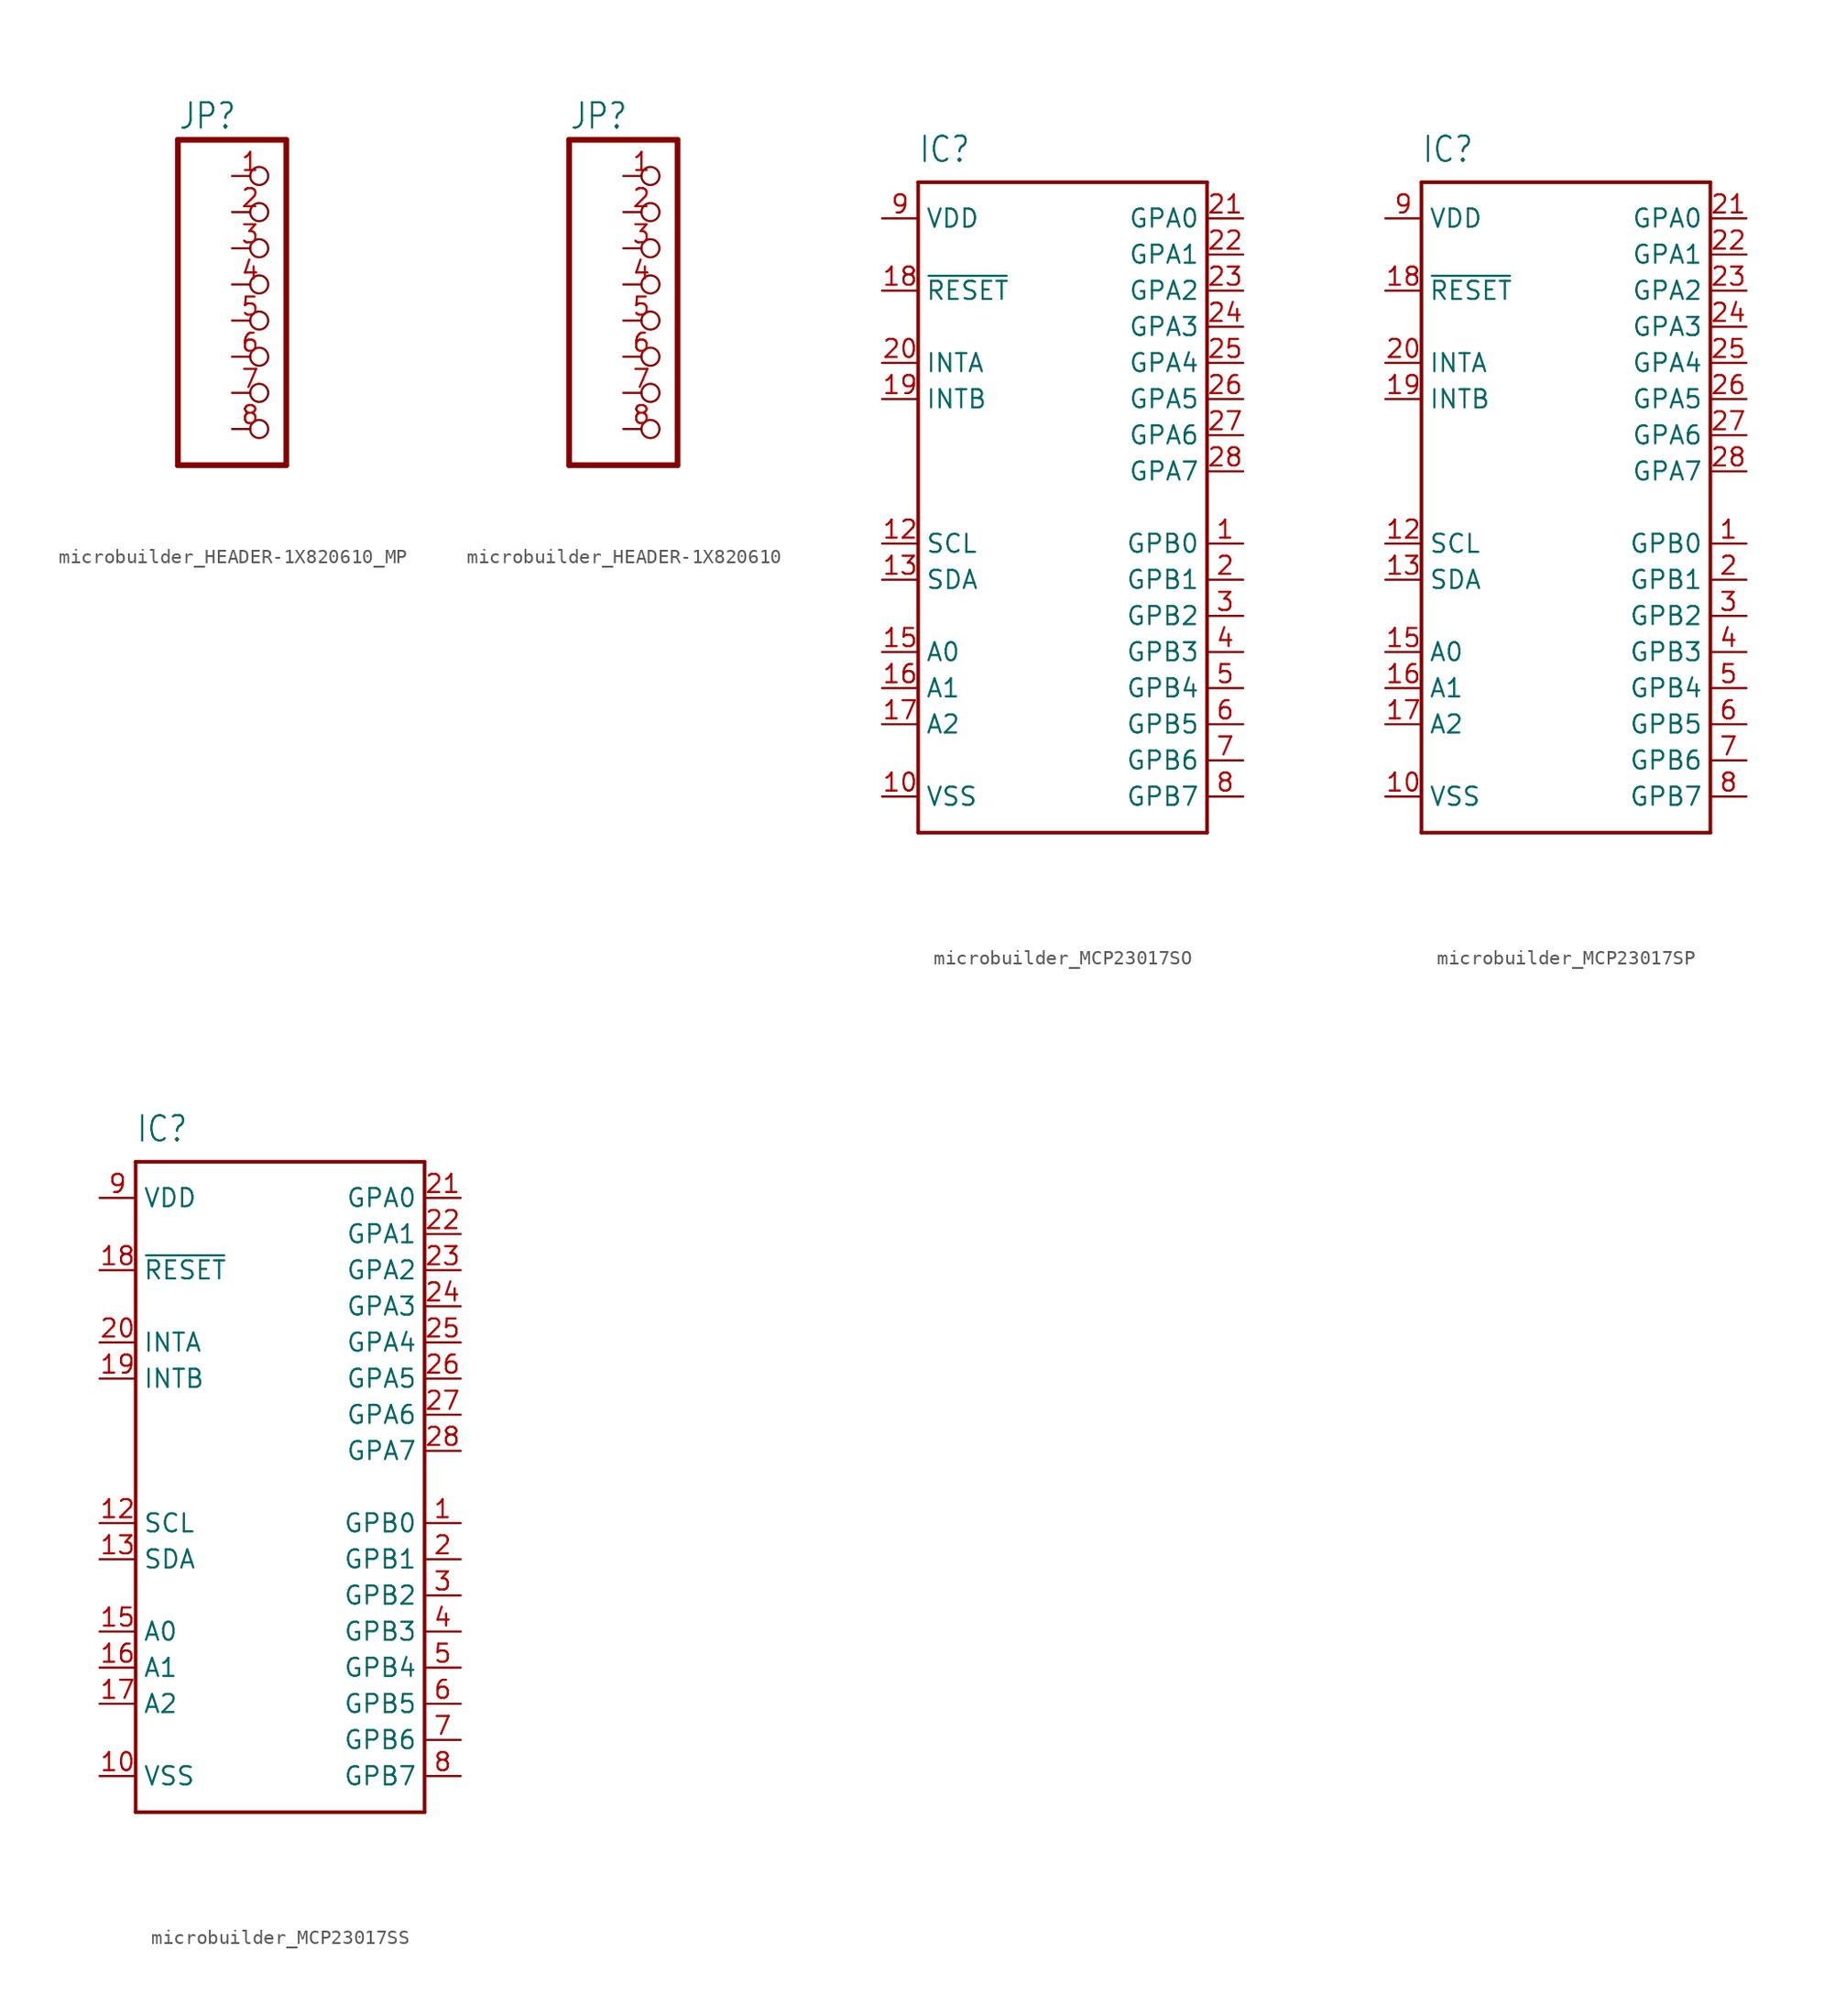
<source format=kicad_sym>
(kicad_symbol_lib
  (version 20220914)
  (generator kicad_symbol_editor)
  (symbol "microbuilder_HEADER-1X820610_MP"
    (property "Reference" "JP"
      (at -6.35 13.335 0)
      (effects (font (size 1.778 1.511)) (justify left bottom)))
    (property "Value" ""
      (at -6.35 -12.7 0)
      (effects (font (size 1.778 1.511)) (justify left bottom)))
    (property "ki_locked" ""
      (at 0 0 0)
      (effects (font (size 1.27 1.27))))
    (symbol "microbuilder_HEADER-1X820610_MP_1_0"
      (polyline (pts (xy -6.35 -10.16) (xy 1.27 -10.16)) (stroke (width 0.406) (type solid)) (fill (type none)))
      (polyline (pts (xy -6.35 12.7) (xy -6.35 -10.16)) (stroke (width 0.406) (type solid)) (fill (type none)))
      (polyline (pts (xy 1.27 -10.16) (xy 1.27 12.7)) (stroke (width 0.406) (type solid)) (fill (type none)))
      (polyline (pts (xy 1.27 12.7) (xy -6.35 12.7)) (stroke (width 0.406) (type solid)) (fill (type none)))
      (pin passive inverted (at -2.54 10.16 0) (length 2.54) (name "1" (effects (font (size 0 0)))) (number "1" (effects (font (size 1.27 1.27)))))
      (pin passive inverted (at -2.54 7.62 0) (length 2.54) (name "2" (effects (font (size 0 0)))) (number "2" (effects (font (size 1.27 1.27)))))
      (pin passive inverted (at -2.54 5.08 0) (length 2.54) (name "3" (effects (font (size 0 0)))) (number "3" (effects (font (size 1.27 1.27)))))
      (pin passive inverted (at -2.54 2.54 0) (length 2.54) (name "4" (effects (font (size 0 0)))) (number "4" (effects (font (size 1.27 1.27)))))
      (pin passive inverted (at -2.54 0 0) (length 2.54) (name "5" (effects (font (size 0 0)))) (number "5" (effects (font (size 1.27 1.27)))))
      (pin passive inverted (at -2.54 -2.54 0) (length 2.54) (name "6" (effects (font (size 0 0)))) (number "6" (effects (font (size 1.27 1.27)))))
      (pin passive inverted (at -2.54 -5.08 0) (length 2.54) (name "7" (effects (font (size 0 0)))) (number "7" (effects (font (size 1.27 1.27)))))
      (pin passive inverted (at -2.54 -7.62 0) (length 2.54) (name "8" (effects (font (size 0 0)))) (number "8" (effects (font (size 1.27 1.27)))))))
  (symbol "microbuilder_HEADER-1X820610"
    (property "Reference" "JP"
      (at -6.35 13.335 0)
      (effects (font (size 1.778 1.511)) (justify left bottom)))
    (property "Value" ""
      (at -6.35 -12.7 0)
      (effects (font (size 1.778 1.511)) (justify left bottom)))
    (property "ki_locked" ""
      (at 0 0 0)
      (effects (font (size 1.27 1.27))))
    (symbol "microbuilder_HEADER-1X820610_1_0"
      (polyline (pts (xy -6.35 -10.16) (xy 1.27 -10.16)) (stroke (width 0.406) (type solid)) (fill (type none)))
      (polyline (pts (xy -6.35 12.7) (xy -6.35 -10.16)) (stroke (width 0.406) (type solid)) (fill (type none)))
      (polyline (pts (xy 1.27 -10.16) (xy 1.27 12.7)) (stroke (width 0.406) (type solid)) (fill (type none)))
      (polyline (pts (xy 1.27 12.7) (xy -6.35 12.7)) (stroke (width 0.406) (type solid)) (fill (type none)))
      (pin passive inverted (at -2.54 10.16 0) (length 2.54) (name "1" (effects (font (size 0 0)))) (number "1" (effects (font (size 1.27 1.27)))))
      (pin passive inverted (at -2.54 7.62 0) (length 2.54) (name "2" (effects (font (size 0 0)))) (number "2" (effects (font (size 1.27 1.27)))))
      (pin passive inverted (at -2.54 5.08 0) (length 2.54) (name "3" (effects (font (size 0 0)))) (number "3" (effects (font (size 1.27 1.27)))))
      (pin passive inverted (at -2.54 2.54 0) (length 2.54) (name "4" (effects (font (size 0 0)))) (number "4" (effects (font (size 1.27 1.27)))))
      (pin passive inverted (at -2.54 0 0) (length 2.54) (name "5" (effects (font (size 0 0)))) (number "5" (effects (font (size 1.27 1.27)))))
      (pin passive inverted (at -2.54 -2.54 0) (length 2.54) (name "6" (effects (font (size 0 0)))) (number "6" (effects (font (size 1.27 1.27)))))
      (pin passive inverted (at -2.54 -5.08 0) (length 2.54) (name "7" (effects (font (size 0 0)))) (number "7" (effects (font (size 1.27 1.27)))))
      (pin passive inverted (at -2.54 -7.62 0) (length 2.54) (name "8" (effects (font (size 0 0)))) (number "8" (effects (font (size 1.27 1.27)))))))
  (symbol "microbuilder_MCP23017SO"
    (property "Reference" "IC"
      (at -10.16 24.13 0)
      (effects (font (size 1.778 1.511)) (justify left bottom)))
    (property "Value" ""
      (at -10.16 -25.4 0)
      (effects (font (size 1.778 1.511)) (justify left bottom)))
    (property "ki_locked" ""
      (at 0 0 0)
      (effects (font (size 1.27 1.27))))
    (symbol "microbuilder_MCP23017SO_1_0"
      (polyline (pts (xy -10.16 -22.86) (xy -10.16 22.86)) (stroke (width 0.254) (type solid)) (fill (type none)))
      (polyline (pts (xy -10.16 22.86) (xy 10.16 22.86)) (stroke (width 0.254) (type solid)) (fill (type none)))
      (polyline (pts (xy 10.16 -22.86) (xy -10.16 -22.86)) (stroke (width 0.254) (type solid)) (fill (type none)))
      (polyline (pts (xy 10.16 22.86) (xy 10.16 -22.86)) (stroke (width 0.254) (type solid)) (fill (type none)))
      (pin bidirectional line (at 12.7 -2.54 180) (length 2.54) (name "GPB0" (effects (font (size 1.27 1.27)))) (number "1" (effects (font (size 1.27 1.27)))))
      (pin power_in line (at -12.7 -20.32 0) (length 2.54) (name "VSS" (effects (font (size 1.27 1.27)))) (number "10" (effects (font (size 1.27 1.27)))))
      (pin input line (at -12.7 -2.54 0) (length 2.54) (name "SCL" (effects (font (size 1.27 1.27)))) (number "12" (effects (font (size 1.27 1.27)))))
      (pin bidirectional line (at -12.7 -5.08 0) (length 2.54) (name "SDA" (effects (font (size 1.27 1.27)))) (number "13" (effects (font (size 1.27 1.27)))))
      (pin input line (at -12.7 -10.16 0) (length 2.54) (name "A0" (effects (font (size 1.27 1.27)))) (number "15" (effects (font (size 1.27 1.27)))))
      (pin input line (at -12.7 -12.7 0) (length 2.54) (name "A1" (effects (font (size 1.27 1.27)))) (number "16" (effects (font (size 1.27 1.27)))))
      (pin input line (at -12.7 -15.24 0) (length 2.54) (name "A2" (effects (font (size 1.27 1.27)))) (number "17" (effects (font (size 1.27 1.27)))))
      (pin input line (at -12.7 15.24 0) (length 2.54) (name "~{RESET}" (effects (font (size 1.27 1.27)))) (number "18" (effects (font (size 1.27 1.27)))))
      (pin output line (at -12.7 7.62 0) (length 2.54) (name "INTB" (effects (font (size 1.27 1.27)))) (number "19" (effects (font (size 1.27 1.27)))))
      (pin bidirectional line (at 12.7 -5.08 180) (length 2.54) (name "GPB1" (effects (font (size 1.27 1.27)))) (number "2" (effects (font (size 1.27 1.27)))))
      (pin output line (at -12.7 10.16 0) (length 2.54) (name "INTA" (effects (font (size 1.27 1.27)))) (number "20" (effects (font (size 1.27 1.27)))))
      (pin bidirectional line (at 12.7 20.32 180) (length 2.54) (name "GPA0" (effects (font (size 1.27 1.27)))) (number "21" (effects (font (size 1.27 1.27)))))
      (pin bidirectional line (at 12.7 17.78 180) (length 2.54) (name "GPA1" (effects (font (size 1.27 1.27)))) (number "22" (effects (font (size 1.27 1.27)))))
      (pin bidirectional line (at 12.7 15.24 180) (length 2.54) (name "GPA2" (effects (font (size 1.27 1.27)))) (number "23" (effects (font (size 1.27 1.27)))))
      (pin bidirectional line (at 12.7 12.7 180) (length 2.54) (name "GPA3" (effects (font (size 1.27 1.27)))) (number "24" (effects (font (size 1.27 1.27)))))
      (pin bidirectional line (at 12.7 10.16 180) (length 2.54) (name "GPA4" (effects (font (size 1.27 1.27)))) (number "25" (effects (font (size 1.27 1.27)))))
      (pin bidirectional line (at 12.7 7.62 180) (length 2.54) (name "GPA5" (effects (font (size 1.27 1.27)))) (number "26" (effects (font (size 1.27 1.27)))))
      (pin bidirectional line (at 12.7 5.08 180) (length 2.54) (name "GPA6" (effects (font (size 1.27 1.27)))) (number "27" (effects (font (size 1.27 1.27)))))
      (pin bidirectional line (at 12.7 2.54 180) (length 2.54) (name "GPA7" (effects (font (size 1.27 1.27)))) (number "28" (effects (font (size 1.27 1.27)))))
      (pin bidirectional line (at 12.7 -7.62 180) (length 2.54) (name "GPB2" (effects (font (size 1.27 1.27)))) (number "3" (effects (font (size 1.27 1.27)))))
      (pin bidirectional line (at 12.7 -10.16 180) (length 2.54) (name "GPB3" (effects (font (size 1.27 1.27)))) (number "4" (effects (font (size 1.27 1.27)))))
      (pin bidirectional line (at 12.7 -12.7 180) (length 2.54) (name "GPB4" (effects (font (size 1.27 1.27)))) (number "5" (effects (font (size 1.27 1.27)))))
      (pin bidirectional line (at 12.7 -15.24 180) (length 2.54) (name "GPB5" (effects (font (size 1.27 1.27)))) (number "6" (effects (font (size 1.27 1.27)))))
      (pin bidirectional line (at 12.7 -17.78 180) (length 2.54) (name "GPB6" (effects (font (size 1.27 1.27)))) (number "7" (effects (font (size 1.27 1.27)))))
      (pin bidirectional line (at 12.7 -20.32 180) (length 2.54) (name "GPB7" (effects (font (size 1.27 1.27)))) (number "8" (effects (font (size 1.27 1.27)))))
      (pin power_in line (at -12.7 20.32 0) (length 2.54) (name "VDD" (effects (font (size 1.27 1.27)))) (number "9" (effects (font (size 1.27 1.27)))))))
  (symbol "microbuilder_MCP23017SP"
    (property "Reference" "IC"
      (at -10.16 24.13 0)
      (effects (font (size 1.778 1.511)) (justify left bottom)))
    (property "Value" ""
      (at -10.16 -25.4 0)
      (effects (font (size 1.778 1.511)) (justify left bottom)))
    (property "ki_locked" ""
      (at 0 0 0)
      (effects (font (size 1.27 1.27))))
    (symbol "microbuilder_MCP23017SP_1_0"
      (polyline (pts (xy -10.16 -22.86) (xy -10.16 22.86)) (stroke (width 0.254) (type solid)) (fill (type none)))
      (polyline (pts (xy -10.16 22.86) (xy 10.16 22.86)) (stroke (width 0.254) (type solid)) (fill (type none)))
      (polyline (pts (xy 10.16 -22.86) (xy -10.16 -22.86)) (stroke (width 0.254) (type solid)) (fill (type none)))
      (polyline (pts (xy 10.16 22.86) (xy 10.16 -22.86)) (stroke (width 0.254) (type solid)) (fill (type none)))
      (pin bidirectional line (at 12.7 -2.54 180) (length 2.54) (name "GPB0" (effects (font (size 1.27 1.27)))) (number "1" (effects (font (size 1.27 1.27)))))
      (pin power_in line (at -12.7 -20.32 0) (length 2.54) (name "VSS" (effects (font (size 1.27 1.27)))) (number "10" (effects (font (size 1.27 1.27)))))
      (pin input line (at -12.7 -2.54 0) (length 2.54) (name "SCL" (effects (font (size 1.27 1.27)))) (number "12" (effects (font (size 1.27 1.27)))))
      (pin bidirectional line (at -12.7 -5.08 0) (length 2.54) (name "SDA" (effects (font (size 1.27 1.27)))) (number "13" (effects (font (size 1.27 1.27)))))
      (pin input line (at -12.7 -10.16 0) (length 2.54) (name "A0" (effects (font (size 1.27 1.27)))) (number "15" (effects (font (size 1.27 1.27)))))
      (pin input line (at -12.7 -12.7 0) (length 2.54) (name "A1" (effects (font (size 1.27 1.27)))) (number "16" (effects (font (size 1.27 1.27)))))
      (pin input line (at -12.7 -15.24 0) (length 2.54) (name "A2" (effects (font (size 1.27 1.27)))) (number "17" (effects (font (size 1.27 1.27)))))
      (pin input line (at -12.7 15.24 0) (length 2.54) (name "~{RESET}" (effects (font (size 1.27 1.27)))) (number "18" (effects (font (size 1.27 1.27)))))
      (pin output line (at -12.7 7.62 0) (length 2.54) (name "INTB" (effects (font (size 1.27 1.27)))) (number "19" (effects (font (size 1.27 1.27)))))
      (pin bidirectional line (at 12.7 -5.08 180) (length 2.54) (name "GPB1" (effects (font (size 1.27 1.27)))) (number "2" (effects (font (size 1.27 1.27)))))
      (pin output line (at -12.7 10.16 0) (length 2.54) (name "INTA" (effects (font (size 1.27 1.27)))) (number "20" (effects (font (size 1.27 1.27)))))
      (pin bidirectional line (at 12.7 20.32 180) (length 2.54) (name "GPA0" (effects (font (size 1.27 1.27)))) (number "21" (effects (font (size 1.27 1.27)))))
      (pin bidirectional line (at 12.7 17.78 180) (length 2.54) (name "GPA1" (effects (font (size 1.27 1.27)))) (number "22" (effects (font (size 1.27 1.27)))))
      (pin bidirectional line (at 12.7 15.24 180) (length 2.54) (name "GPA2" (effects (font (size 1.27 1.27)))) (number "23" (effects (font (size 1.27 1.27)))))
      (pin bidirectional line (at 12.7 12.7 180) (length 2.54) (name "GPA3" (effects (font (size 1.27 1.27)))) (number "24" (effects (font (size 1.27 1.27)))))
      (pin bidirectional line (at 12.7 10.16 180) (length 2.54) (name "GPA4" (effects (font (size 1.27 1.27)))) (number "25" (effects (font (size 1.27 1.27)))))
      (pin bidirectional line (at 12.7 7.62 180) (length 2.54) (name "GPA5" (effects (font (size 1.27 1.27)))) (number "26" (effects (font (size 1.27 1.27)))))
      (pin bidirectional line (at 12.7 5.08 180) (length 2.54) (name "GPA6" (effects (font (size 1.27 1.27)))) (number "27" (effects (font (size 1.27 1.27)))))
      (pin bidirectional line (at 12.7 2.54 180) (length 2.54) (name "GPA7" (effects (font (size 1.27 1.27)))) (number "28" (effects (font (size 1.27 1.27)))))
      (pin bidirectional line (at 12.7 -7.62 180) (length 2.54) (name "GPB2" (effects (font (size 1.27 1.27)))) (number "3" (effects (font (size 1.27 1.27)))))
      (pin bidirectional line (at 12.7 -10.16 180) (length 2.54) (name "GPB3" (effects (font (size 1.27 1.27)))) (number "4" (effects (font (size 1.27 1.27)))))
      (pin bidirectional line (at 12.7 -12.7 180) (length 2.54) (name "GPB4" (effects (font (size 1.27 1.27)))) (number "5" (effects (font (size 1.27 1.27)))))
      (pin bidirectional line (at 12.7 -15.24 180) (length 2.54) (name "GPB5" (effects (font (size 1.27 1.27)))) (number "6" (effects (font (size 1.27 1.27)))))
      (pin bidirectional line (at 12.7 -17.78 180) (length 2.54) (name "GPB6" (effects (font (size 1.27 1.27)))) (number "7" (effects (font (size 1.27 1.27)))))
      (pin bidirectional line (at 12.7 -20.32 180) (length 2.54) (name "GPB7" (effects (font (size 1.27 1.27)))) (number "8" (effects (font (size 1.27 1.27)))))
      (pin power_in line (at -12.7 20.32 0) (length 2.54) (name "VDD" (effects (font (size 1.27 1.27)))) (number "9" (effects (font (size 1.27 1.27)))))))
  (symbol "microbuilder_MCP23017SS"
    (property "Reference" "IC"
      (at -10.16 24.13 0)
      (effects (font (size 1.778 1.511)) (justify left bottom)))
    (property "Value" ""
      (at -10.16 -25.4 0)
      (effects (font (size 1.778 1.511)) (justify left bottom)))
    (property "ki_locked" ""
      (at 0 0 0)
      (effects (font (size 1.27 1.27))))
    (symbol "microbuilder_MCP23017SS_1_0"
      (polyline (pts (xy -10.16 -22.86) (xy -10.16 22.86)) (stroke (width 0.254) (type solid)) (fill (type none)))
      (polyline (pts (xy -10.16 22.86) (xy 10.16 22.86)) (stroke (width 0.254) (type solid)) (fill (type none)))
      (polyline (pts (xy 10.16 -22.86) (xy -10.16 -22.86)) (stroke (width 0.254) (type solid)) (fill (type none)))
      (polyline (pts (xy 10.16 22.86) (xy 10.16 -22.86)) (stroke (width 0.254) (type solid)) (fill (type none)))
      (pin bidirectional line (at 12.7 -2.54 180) (length 2.54) (name "GPB0" (effects (font (size 1.27 1.27)))) (number "1" (effects (font (size 1.27 1.27)))))
      (pin power_in line (at -12.7 -20.32 0) (length 2.54) (name "VSS" (effects (font (size 1.27 1.27)))) (number "10" (effects (font (size 1.27 1.27)))))
      (pin input line (at -12.7 -2.54 0) (length 2.54) (name "SCL" (effects (font (size 1.27 1.27)))) (number "12" (effects (font (size 1.27 1.27)))))
      (pin bidirectional line (at -12.7 -5.08 0) (length 2.54) (name "SDA" (effects (font (size 1.27 1.27)))) (number "13" (effects (font (size 1.27 1.27)))))
      (pin input line (at -12.7 -10.16 0) (length 2.54) (name "A0" (effects (font (size 1.27 1.27)))) (number "15" (effects (font (size 1.27 1.27)))))
      (pin input line (at -12.7 -12.7 0) (length 2.54) (name "A1" (effects (font (size 1.27 1.27)))) (number "16" (effects (font (size 1.27 1.27)))))
      (pin input line (at -12.7 -15.24 0) (length 2.54) (name "A2" (effects (font (size 1.27 1.27)))) (number "17" (effects (font (size 1.27 1.27)))))
      (pin input line (at -12.7 15.24 0) (length 2.54) (name "~{RESET}" (effects (font (size 1.27 1.27)))) (number "18" (effects (font (size 1.27 1.27)))))
      (pin output line (at -12.7 7.62 0) (length 2.54) (name "INTB" (effects (font (size 1.27 1.27)))) (number "19" (effects (font (size 1.27 1.27)))))
      (pin bidirectional line (at 12.7 -5.08 180) (length 2.54) (name "GPB1" (effects (font (size 1.27 1.27)))) (number "2" (effects (font (size 1.27 1.27)))))
      (pin output line (at -12.7 10.16 0) (length 2.54) (name "INTA" (effects (font (size 1.27 1.27)))) (number "20" (effects (font (size 1.27 1.27)))))
      (pin bidirectional line (at 12.7 20.32 180) (length 2.54) (name "GPA0" (effects (font (size 1.27 1.27)))) (number "21" (effects (font (size 1.27 1.27)))))
      (pin bidirectional line (at 12.7 17.78 180) (length 2.54) (name "GPA1" (effects (font (size 1.27 1.27)))) (number "22" (effects (font (size 1.27 1.27)))))
      (pin bidirectional line (at 12.7 15.24 180) (length 2.54) (name "GPA2" (effects (font (size 1.27 1.27)))) (number "23" (effects (font (size 1.27 1.27)))))
      (pin bidirectional line (at 12.7 12.7 180) (length 2.54) (name "GPA3" (effects (font (size 1.27 1.27)))) (number "24" (effects (font (size 1.27 1.27)))))
      (pin bidirectional line (at 12.7 10.16 180) (length 2.54) (name "GPA4" (effects (font (size 1.27 1.27)))) (number "25" (effects (font (size 1.27 1.27)))))
      (pin bidirectional line (at 12.7 7.62 180) (length 2.54) (name "GPA5" (effects (font (size 1.27 1.27)))) (number "26" (effects (font (size 1.27 1.27)))))
      (pin bidirectional line (at 12.7 5.08 180) (length 2.54) (name "GPA6" (effects (font (size 1.27 1.27)))) (number "27" (effects (font (size 1.27 1.27)))))
      (pin bidirectional line (at 12.7 2.54 180) (length 2.54) (name "GPA7" (effects (font (size 1.27 1.27)))) (number "28" (effects (font (size 1.27 1.27)))))
      (pin bidirectional line (at 12.7 -7.62 180) (length 2.54) (name "GPB2" (effects (font (size 1.27 1.27)))) (number "3" (effects (font (size 1.27 1.27)))))
      (pin bidirectional line (at 12.7 -10.16 180) (length 2.54) (name "GPB3" (effects (font (size 1.27 1.27)))) (number "4" (effects (font (size 1.27 1.27)))))
      (pin bidirectional line (at 12.7 -12.7 180) (length 2.54) (name "GPB4" (effects (font (size 1.27 1.27)))) (number "5" (effects (font (size 1.27 1.27)))))
      (pin bidirectional line (at 12.7 -15.24 180) (length 2.54) (name "GPB5" (effects (font (size 1.27 1.27)))) (number "6" (effects (font (size 1.27 1.27)))))
      (pin bidirectional line (at 12.7 -17.78 180) (length 2.54) (name "GPB6" (effects (font (size 1.27 1.27)))) (number "7" (effects (font (size 1.27 1.27)))))
      (pin bidirectional line (at 12.7 -20.32 180) (length 2.54) (name "GPB7" (effects (font (size 1.27 1.27)))) (number "8" (effects (font (size 1.27 1.27)))))
      (pin power_in line (at -12.7 20.32 0) (length 2.54) (name "VDD" (effects (font (size 1.27 1.27)))) (number "9" (effects (font (size 1.27 1.27))))))))
</source>
